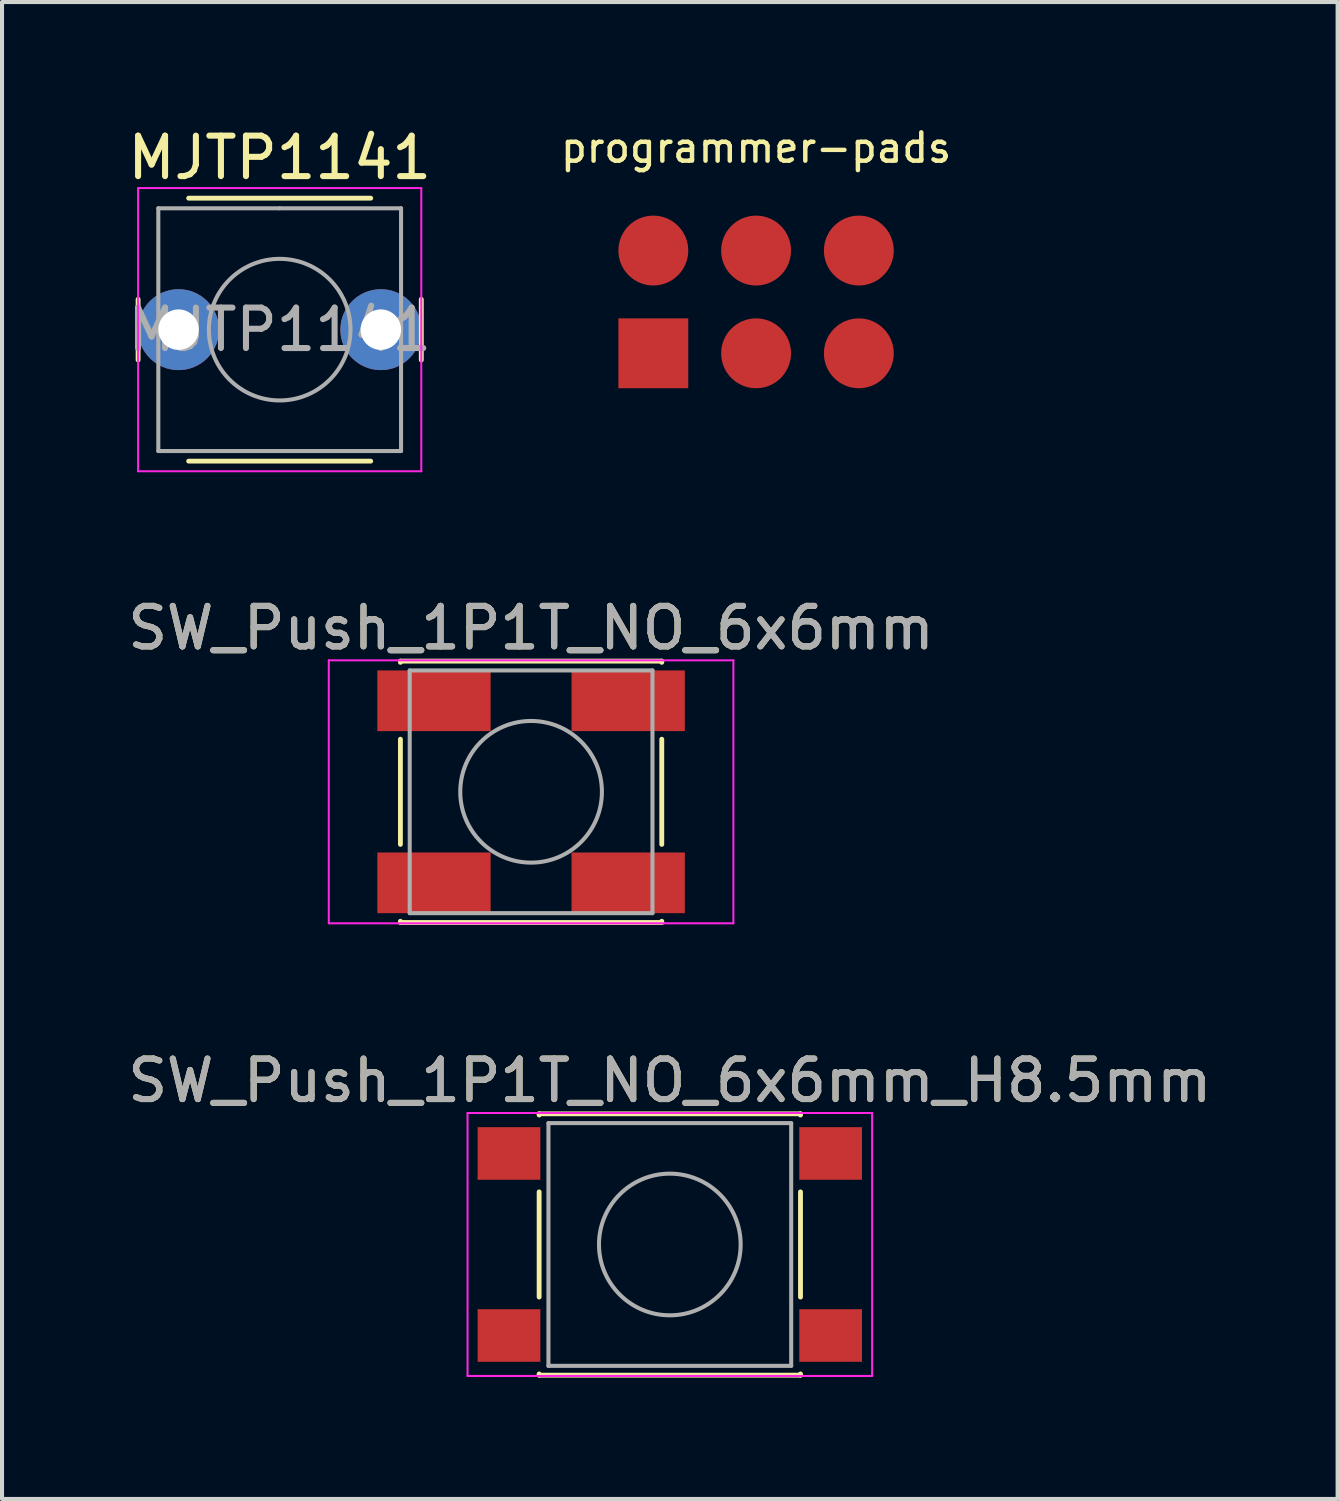
<source format=kicad_pcb>
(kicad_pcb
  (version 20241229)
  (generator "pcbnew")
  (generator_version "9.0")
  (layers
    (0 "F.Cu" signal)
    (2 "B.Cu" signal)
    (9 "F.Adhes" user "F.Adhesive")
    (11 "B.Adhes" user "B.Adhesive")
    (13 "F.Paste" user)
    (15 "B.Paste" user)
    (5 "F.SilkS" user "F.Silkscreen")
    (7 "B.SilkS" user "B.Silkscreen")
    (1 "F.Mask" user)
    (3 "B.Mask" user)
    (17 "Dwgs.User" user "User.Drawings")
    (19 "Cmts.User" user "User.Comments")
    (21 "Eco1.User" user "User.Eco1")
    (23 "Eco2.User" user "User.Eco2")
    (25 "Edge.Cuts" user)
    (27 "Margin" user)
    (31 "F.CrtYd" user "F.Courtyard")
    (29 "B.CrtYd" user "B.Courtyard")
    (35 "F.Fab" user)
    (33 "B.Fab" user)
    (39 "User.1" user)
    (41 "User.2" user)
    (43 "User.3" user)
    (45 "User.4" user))
  (footprint "SW_Push_1P1T_NO_6x6mm"
    (layer "F.Cu")
    (at 10.077 16.521)
    (property "Reference" "SW_Push_1P1T_NO_6x6mm" (at 0 -4.05 0) (layer "F.SilkS") (effects (font (size 1 1) (thickness 0.15))))
    (attr smd)
    (fp_line (start -3.23 -3.23) (end 3.23 -3.23) (stroke (width 0.12) (type solid)) (layer "F.SilkS"))
    (fp_line (start -3.23 -3.2) (end -3.23 -3.23) (stroke (width 0.12) (type solid)) (layer "F.SilkS"))
    (fp_line (start -3.23 -1.3) (end -3.23 1.3) (stroke (width 0.12) (type solid)) (layer "F.SilkS"))
    (fp_line (start -3.23 3.23) (end -3.23 3.2) (stroke (width 0.12) (type solid)) (layer "F.SilkS"))
    (fp_line (start -3.23 3.23) (end 3.23 3.23) (stroke (width 0.12) (type solid)) (layer "F.SilkS"))
    (fp_line (start 3.23 -3.23) (end 3.23 -3.2) (stroke (width 0.12) (type solid)) (layer "F.SilkS"))
    (fp_line (start 3.23 -1.3) (end 3.23 1.3) (stroke (width 0.12) (type solid)) (layer "F.SilkS"))
    (fp_line (start 3.23 3.23) (end 3.23 3.2) (stroke (width 0.12) (type solid)) (layer "F.SilkS"))
    (fp_line (start -5 -3.25) (end -5 3.25) (stroke (width 0.05) (type solid)) (layer "F.CrtYd"))
    (fp_line (start -5 -3.25) (end 5 -3.25) (stroke (width 0.05) (type solid)) (layer "F.CrtYd"))
    (fp_line (start -5 3.25) (end 5 3.25) (stroke (width 0.05) (type solid)) (layer "F.CrtYd"))
    (fp_line (start 5 3.25) (end 5 -3.25) (stroke (width 0.05) (type solid)) (layer "F.CrtYd"))
    (fp_line (start -3 -3) (end -3 3) (stroke (width 0.1) (type solid)) (layer "F.Fab"))
    (fp_line (start -3 3) (end 3 3) (stroke (width 0.1) (type solid)) (layer "F.Fab"))
    (fp_line (start 3 -3) (end -3 -3) (stroke (width 0.1) (type solid)) (layer "F.Fab"))
    (fp_line (start 3 3) (end 3 -3) (stroke (width 0.1) (type solid)) (layer "F.Fab"))
    (fp_circle (center 0 0) (end 1.75 -0.05) (stroke (width 0.1) (type solid)) (fill no) (layer "F.Fab"))
    (fp_text user "${REFERENCE}" (at 0 -4.05 0) (layer "F.Fab") (effects (font (size 1 1) (thickness 0.15))))
    (pad "1" smd rect (at -2.4 -2.25) (size 2.8 1.5) (layers "F.Cu" "F.Mask" "F.Paste"))
    (pad "1" smd rect (at 2.4 -2.25) (size 2.8 1.5) (layers "F.Cu" "F.Mask" "F.Paste"))
    (pad "2" smd rect (at -2.4 2.25) (size 2.8 1.5) (layers "F.Cu" "F.Mask" "F.Paste"))
    (pad "2" smd rect (at 2.4 2.25) (size 2.8 1.5) (layers "F.Cu" "F.Mask" "F.Paste")))
  (footprint "SW_Push_1P1T_NO_6x6mm_H8.5mm"
    (layer "F.Cu")
    (at 13.506 27.71)
    (property "Reference" "SW_Push_1P1T_NO_6x6mm_H8.5mm" (at 0 -4.05 0) (layer "F.SilkS") (effects (font (size 1 1) (thickness 0.15))))
    (attr smd)
    (fp_line (start -3.23 -3.23) (end 3.23 -3.23) (stroke (width 0.12) (type solid)) (layer "F.SilkS"))
    (fp_line (start -3.23 -3.2) (end -3.23 -3.23) (stroke (width 0.12) (type solid)) (layer "F.SilkS"))
    (fp_line (start -3.23 -1.3) (end -3.23 1.3) (stroke (width 0.12) (type solid)) (layer "F.SilkS"))
    (fp_line (start -3.23 3.23) (end -3.23 3.2) (stroke (width 0.12) (type solid)) (layer "F.SilkS"))
    (fp_line (start -3.23 3.23) (end 3.23 3.23) (stroke (width 0.12) (type solid)) (layer "F.SilkS"))
    (fp_line (start 3.23 -3.23) (end 3.23 -3.2) (stroke (width 0.12) (type solid)) (layer "F.SilkS"))
    (fp_line (start 3.23 -1.3) (end 3.23 1.3) (stroke (width 0.12) (type solid)) (layer "F.SilkS"))
    (fp_line (start 3.23 3.23) (end 3.23 3.2) (stroke (width 0.12) (type solid)) (layer "F.SilkS"))
    (fp_line (start -5 -3.25) (end -5 3.25) (stroke (width 0.05) (type solid)) (layer "F.CrtYd"))
    (fp_line (start -5 -3.25) (end 5 -3.25) (stroke (width 0.05) (type solid)) (layer "F.CrtYd"))
    (fp_line (start -5 3.25) (end 5 3.25) (stroke (width 0.05) (type solid)) (layer "F.CrtYd"))
    (fp_line (start 5 3.25) (end 5 -3.25) (stroke (width 0.05) (type solid)) (layer "F.CrtYd"))
    (fp_line (start -3 -3) (end -3 3) (stroke (width 0.1) (type solid)) (layer "F.Fab"))
    (fp_line (start -3 3) (end 3 3) (stroke (width 0.1) (type solid)) (layer "F.Fab"))
    (fp_line (start 3 -3) (end -3 -3) (stroke (width 0.1) (type solid)) (layer "F.Fab"))
    (fp_line (start 3 3) (end 3 -3) (stroke (width 0.1) (type solid)) (layer "F.Fab"))
    (fp_circle (center 0 0) (end 1.75 -0.05) (stroke (width 0.1) (type solid)) (fill no) (layer "F.Fab"))
    (fp_text user "${REFERENCE}" (at 0 -4.05 0) (layer "F.Fab") (effects (font (size 1 1) (thickness 0.15))))
    (pad "1" smd rect (at -3.975 -2.25) (size 1.55 1.3) (layers "F.Cu" "F.Mask" "F.Paste"))
    (pad "1" smd rect (at 3.975 -2.25) (size 1.55 1.3) (layers "F.Cu" "F.Mask" "F.Paste"))
    (pad "2" smd rect (at -3.975 2.25) (size 1.55 1.3) (layers "F.Cu" "F.Mask" "F.Paste"))
    (pad "2" smd rect (at 3.975 2.25) (size 1.55 1.3) (layers "F.Cu" "F.Mask" "F.Paste")))
  (footprint "programmer-pads"
    (layer "F.Cu")
    (at 15.638 4.413)
    (property "Reference" "programmer-pads" (at 0 -3.81 0) (layer "F.SilkS") (effects (font (size 0.7 0.7) (thickness 0.11))))
    (attr smd)
    (pad "1" smd rect (at -2.54 1.27) (size 1.727 1.727) (layers "F.Cu" "F.Mask" "F.Paste"))
    (pad "2" smd circle (at -2.54 -1.27) (size 1.727 1.727) (layers "F.Cu" "F.Mask" "F.Paste"))
    (pad "3" smd circle (at 0 1.27) (size 1.727 1.727) (layers "F.Cu" "F.Mask" "F.Paste"))
    (pad "4" smd circle (at 0 -1.27) (size 1.727 1.727) (layers "F.Cu" "F.Mask" "F.Paste"))
    (pad "5" smd circle (at 2.54 1.27) (size 1.727 1.727) (layers "F.Cu" "F.Mask" "F.Paste"))
    (pad "6" smd circle (at 2.54 -1.27) (size 1.727 1.727) (layers "F.Cu" "F.Mask" "F.Paste")))
  (footprint "MJTP1141"
    (layer "F.Cu")
    (at 3.863 5.098)
    (property "Reference" "MJTP1141" (at 0 -4.25 0) (layer "F.SilkS") (effects (font (size 1 1) (thickness 0.15))))
    (attr through_hole)
    (fp_line (start -3.5 -0.75) (end -3.5 0.75) (stroke (width 0.12) (type solid)) (layer "F.SilkS"))
    (fp_line (start -2.25 3.25) (end 2.25 3.25) (stroke (width 0.12) (type solid)) (layer "F.SilkS"))
    (fp_line (start 2.25 -3.25) (end -2.25 -3.25) (stroke (width 0.12) (type solid)) (layer "F.SilkS"))
    (fp_line (start 3.5 0.75) (end 3.5 -0.75) (stroke (width 0.12) (type solid)) (layer "F.SilkS"))
    (fp_line (start -3.5 -3.5) (end 3.5 -3.5) (stroke (width 0.05) (type solid)) (layer "F.CrtYd"))
    (fp_line (start -3.5 3.5) (end -3.5 -3.5) (stroke (width 0.05) (type solid)) (layer "F.CrtYd"))
    (fp_line (start 3.5 -3.5) (end 3.5 3.5) (stroke (width 0.05) (type solid)) (layer "F.CrtYd"))
    (fp_line (start 3.5 3.5) (end -3.5 3.5) (stroke (width 0.05) (type solid)) (layer "F.CrtYd"))
    (fp_line (start -3 -3) (end 0 -3) (stroke (width 0.1) (type solid)) (layer "F.Fab"))
    (fp_line (start -3 3) (end -3 -3) (stroke (width 0.1) (type solid)) (layer "F.Fab"))
    (fp_line (start 0 -3) (end 3 -3) (stroke (width 0.1) (type solid)) (layer "F.Fab"))
    (fp_line (start 3 -3) (end 3 3) (stroke (width 0.1) (type solid)) (layer "F.Fab"))
    (fp_line (start 3 3) (end -3 3) (stroke (width 0.1) (type solid)) (layer "F.Fab"))
    (fp_circle (center 0 0) (end 1.75 0) (stroke (width 0.1) (type solid)) (fill no) (layer "F.Fab"))
    (fp_text user "${REFERENCE}" (at 0 0 0) (layer "F.Fab") (effects (font (size 1 1) (thickness 0.15))))
    (pad "1" thru_hole circle (at -2.5 0 90) (size 2 2) (drill 1) (layers "*.Cu" "*.Mask"))
    (pad "2" thru_hole circle (at 2.5 0 90) (size 2 2) (drill 1) (layers "*.Cu" "*.Mask")))
  (gr_rect
    (start -3 -3)
    (end 30.012 34)
    (stroke (width 0.1) (type default))
    (fill no)
    (layer "Edge.Cuts")))
</source>
